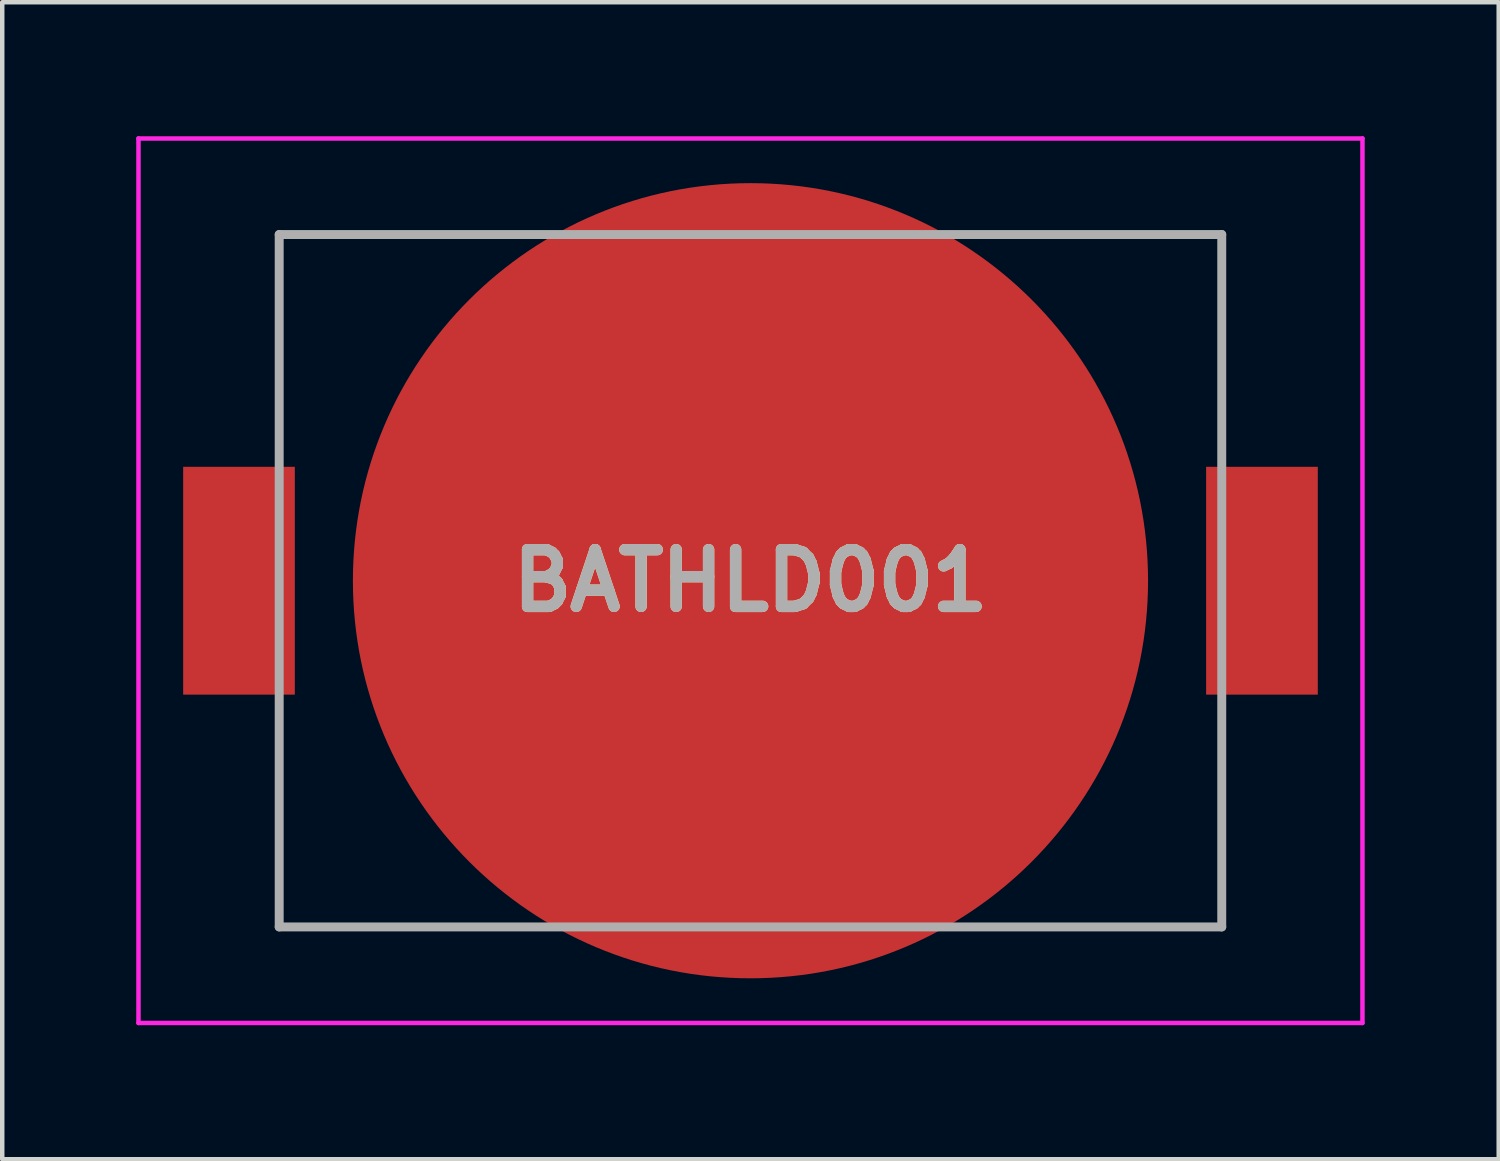
<source format=kicad_pcb>
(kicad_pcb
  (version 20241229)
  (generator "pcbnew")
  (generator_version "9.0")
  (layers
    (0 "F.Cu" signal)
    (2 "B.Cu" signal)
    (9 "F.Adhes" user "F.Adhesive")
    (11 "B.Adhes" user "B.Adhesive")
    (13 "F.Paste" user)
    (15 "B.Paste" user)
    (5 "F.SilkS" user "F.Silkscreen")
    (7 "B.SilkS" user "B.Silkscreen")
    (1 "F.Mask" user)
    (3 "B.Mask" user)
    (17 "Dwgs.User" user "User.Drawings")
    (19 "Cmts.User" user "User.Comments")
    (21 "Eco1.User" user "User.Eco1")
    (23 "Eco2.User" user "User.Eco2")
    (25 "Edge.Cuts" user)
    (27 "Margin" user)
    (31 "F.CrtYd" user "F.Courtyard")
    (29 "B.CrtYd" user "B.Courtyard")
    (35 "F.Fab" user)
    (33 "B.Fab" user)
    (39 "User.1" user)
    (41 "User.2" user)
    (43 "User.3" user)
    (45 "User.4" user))
  (footprint "BATHLD001"
    (layer "F.Cu")
    (at 13.75 9.95)
    (property "Reference" "BATHLD001" (at 0 0 0) (layer "F.SilkS") (effects (font (size 1.27 1.27) (thickness 0.254))))
    (attr smd)
    (fp_line (start -10.55 -7.75) (end -5 -7.75) (stroke (width 0.1) (type solid)) (layer "F.SilkS"))
    (fp_line (start -10.55 -3) (end -10.55 -7.75) (stroke (width 0.1) (type solid)) (layer "F.SilkS"))
    (fp_line (start -10.55 3) (end -10.55 7.75) (stroke (width 0.1) (type solid)) (layer "F.SilkS"))
    (fp_line (start -10.55 7.75) (end -5.5 7.75) (stroke (width 0.1) (type solid)) (layer "F.SilkS"))
    (fp_line (start 5 -7.75) (end 10.55 -7.75) (stroke (width 0.1) (type solid)) (layer "F.SilkS"))
    (fp_line (start 5 7.75) (end 10.55 7.75) (stroke (width 0.1) (type solid)) (layer "F.SilkS"))
    (fp_line (start 10.55 -7.75) (end 10.55 -3) (stroke (width 0.1) (type solid)) (layer "F.SilkS"))
    (fp_line (start 10.55 7.75) (end 10.55 3) (stroke (width 0.1) (type solid)) (layer "F.SilkS"))
    (fp_line (start -13.7 -9.9) (end 13.7 -9.9) (stroke (width 0.1) (type solid)) (layer "F.CrtYd"))
    (fp_line (start -13.7 9.9) (end -13.7 -9.9) (stroke (width 0.1) (type solid)) (layer "F.CrtYd"))
    (fp_line (start 13.7 -9.9) (end 13.7 9.9) (stroke (width 0.1) (type solid)) (layer "F.CrtYd"))
    (fp_line (start 13.7 9.9) (end -13.7 9.9) (stroke (width 0.1) (type solid)) (layer "F.CrtYd"))
    (fp_line (start -10.55 -7.75) (end 10.55 -7.75) (stroke (width 0.2) (type solid)) (layer "F.Fab"))
    (fp_line (start -10.55 7.75) (end -10.55 -7.75) (stroke (width 0.2) (type solid)) (layer "F.Fab"))
    (fp_line (start 10.55 -7.75) (end 10.55 7.75) (stroke (width 0.2) (type solid)) (layer "F.Fab"))
    (fp_line (start 10.55 7.75) (end -10.55 7.75) (stroke (width 0.2) (type solid)) (layer "F.Fab"))
    (fp_text user "${REFERENCE}" (at 0 0 0) (layer "F.Fab") (effects (font (size 1.27 1.27) (thickness 0.254))))
    (pad "1" smd rect (at 11.45 0) (size 2.5 5.1) (layers "F.Cu" "F.Mask" "F.Paste"))
    (pad "2" smd rect (at -11.45 0) (size 2.5 5.1) (layers "F.Cu" "F.Mask" "F.Paste"))
    (pad "3" smd circle (at 0 0 90) (size 17.8 17.8) (layers "F.Cu" "F.Mask" "F.Paste")))
  (gr_rect
    (start -3 -3)
    (end 30.5 22.9)
    (stroke (width 0.1) (type default))
    (fill no)
    (layer "Edge.Cuts")))
</source>
